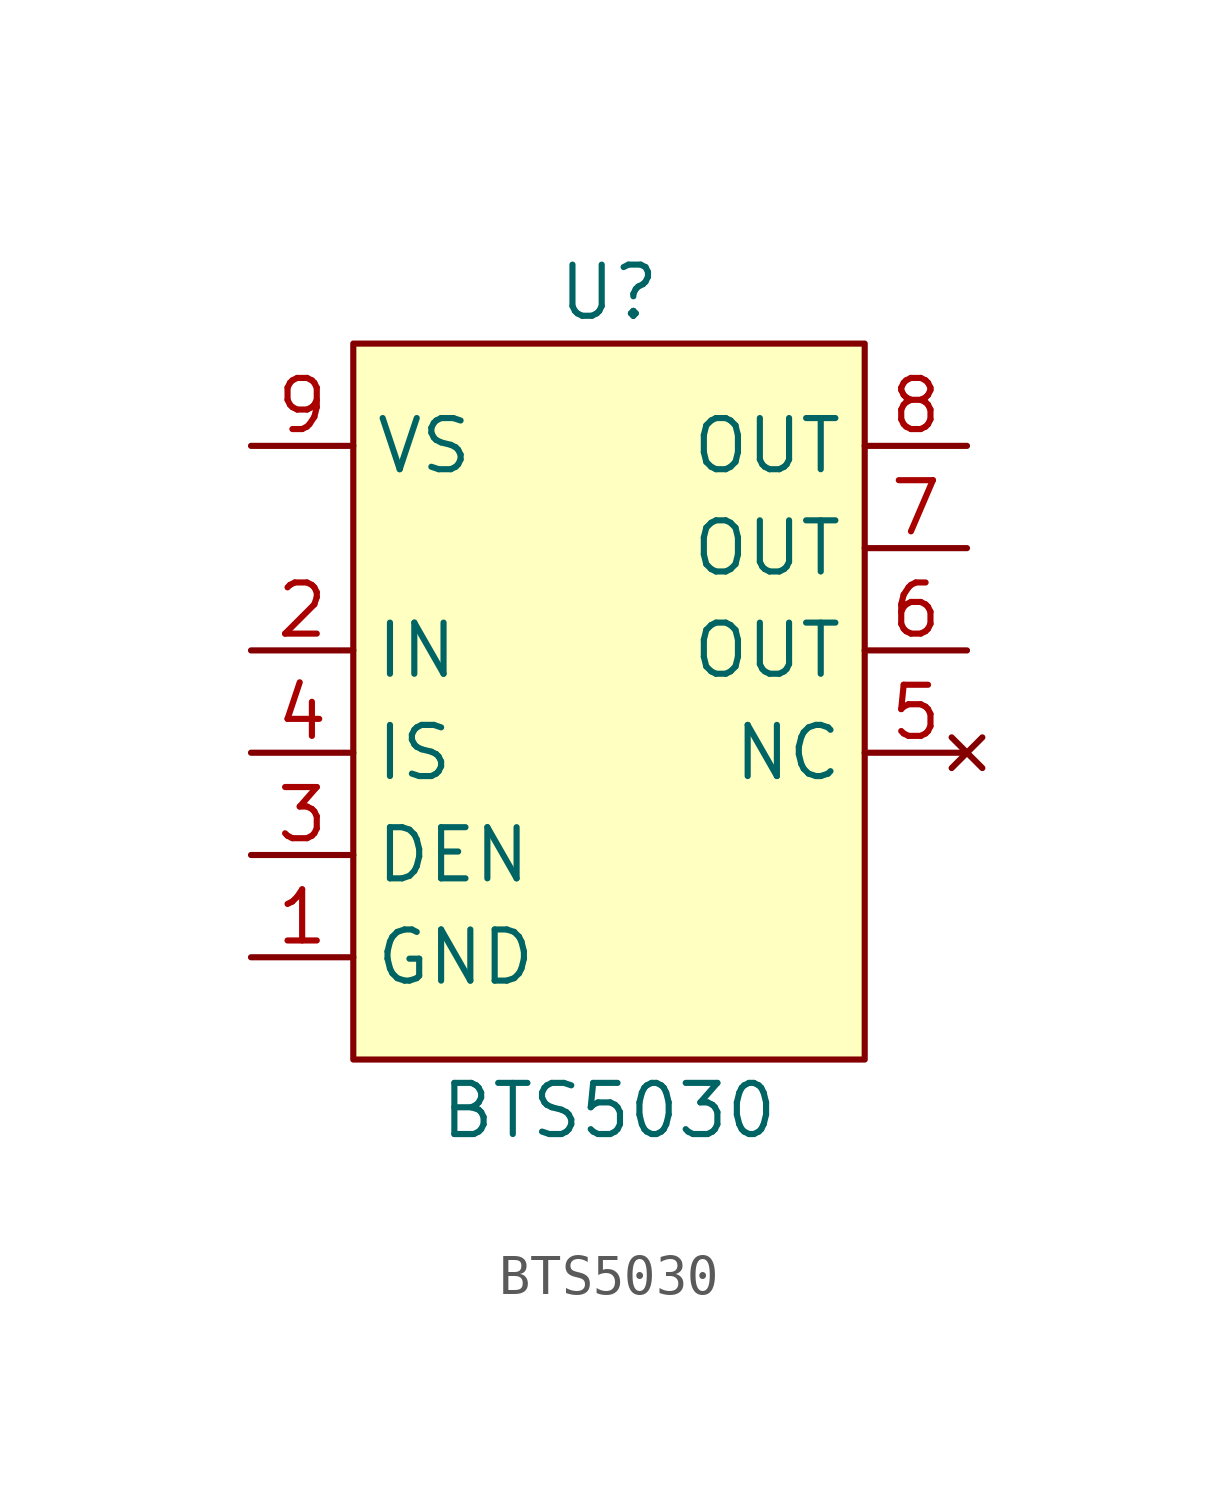
<source format=kicad_sym>
(kicad_symbol_lib
  (version 20211014)
  (generator kicad_symbol_editor)
  (symbol "BTS5030"
    (property "Reference" "U"
      (at 6.35 1.27 0)
      (effects (font (size 1.27 1.27))))
    (property "Value" "BTS5030"
      (at 6.35 -19.05 0)
      (effects (font (size 1.27 1.27))))
    (symbol "BTS5030_0_1"
      (rectangle (start 0 0) (end 12.7 -17.78) (stroke (width 0) (type default) (color 0 0 0 0)) (fill (type background))))
    (symbol "BTS5030_1_1"
      (pin power_in line (at -2.54 -15.24 0) (length 2.54) (name "GND" (effects (font (size 1.27 1.27)))) (number "1" (effects (font (size 1.27 1.27)))))
      (pin input line (at -2.54 -7.62 0) (length 2.54) (name "IN" (effects (font (size 1.27 1.27)))) (number "2" (effects (font (size 1.27 1.27)))))
      (pin input line (at -2.54 -12.7 0) (length 2.54) (name "DEN" (effects (font (size 1.27 1.27)))) (number "3" (effects (font (size 1.27 1.27)))))
      (pin output line (at -2.54 -10.16 0) (length 2.54) (name "IS" (effects (font (size 1.27 1.27)))) (number "4" (effects (font (size 1.27 1.27)))))
      (pin no_connect line (at 15.24 -10.16 180) (length 2.54) (name "NC" (effects (font (size 1.27 1.27)))) (number "5" (effects (font (size 1.27 1.27)))))
      (pin power_in line (at 15.24 -7.62 180) (length 2.54) (name "OUT" (effects (font (size 1.27 1.27)))) (number "6" (effects (font (size 1.27 1.27)))))
      (pin power_in line (at 15.24 -5.08 180) (length 2.54) (name "OUT" (effects (font (size 1.27 1.27)))) (number "7" (effects (font (size 1.27 1.27)))))
      (pin power_in line (at 15.24 -2.54 180) (length 2.54) (name "OUT" (effects (font (size 1.27 1.27)))) (number "8" (effects (font (size 1.27 1.27)))))
      (pin power_in line (at -2.54 -2.54 0) (length 2.54) (name "VS" (effects (font (size 1.27 1.27)))) (number "9" (effects (font (size 1.27 1.27))))))))
</source>
